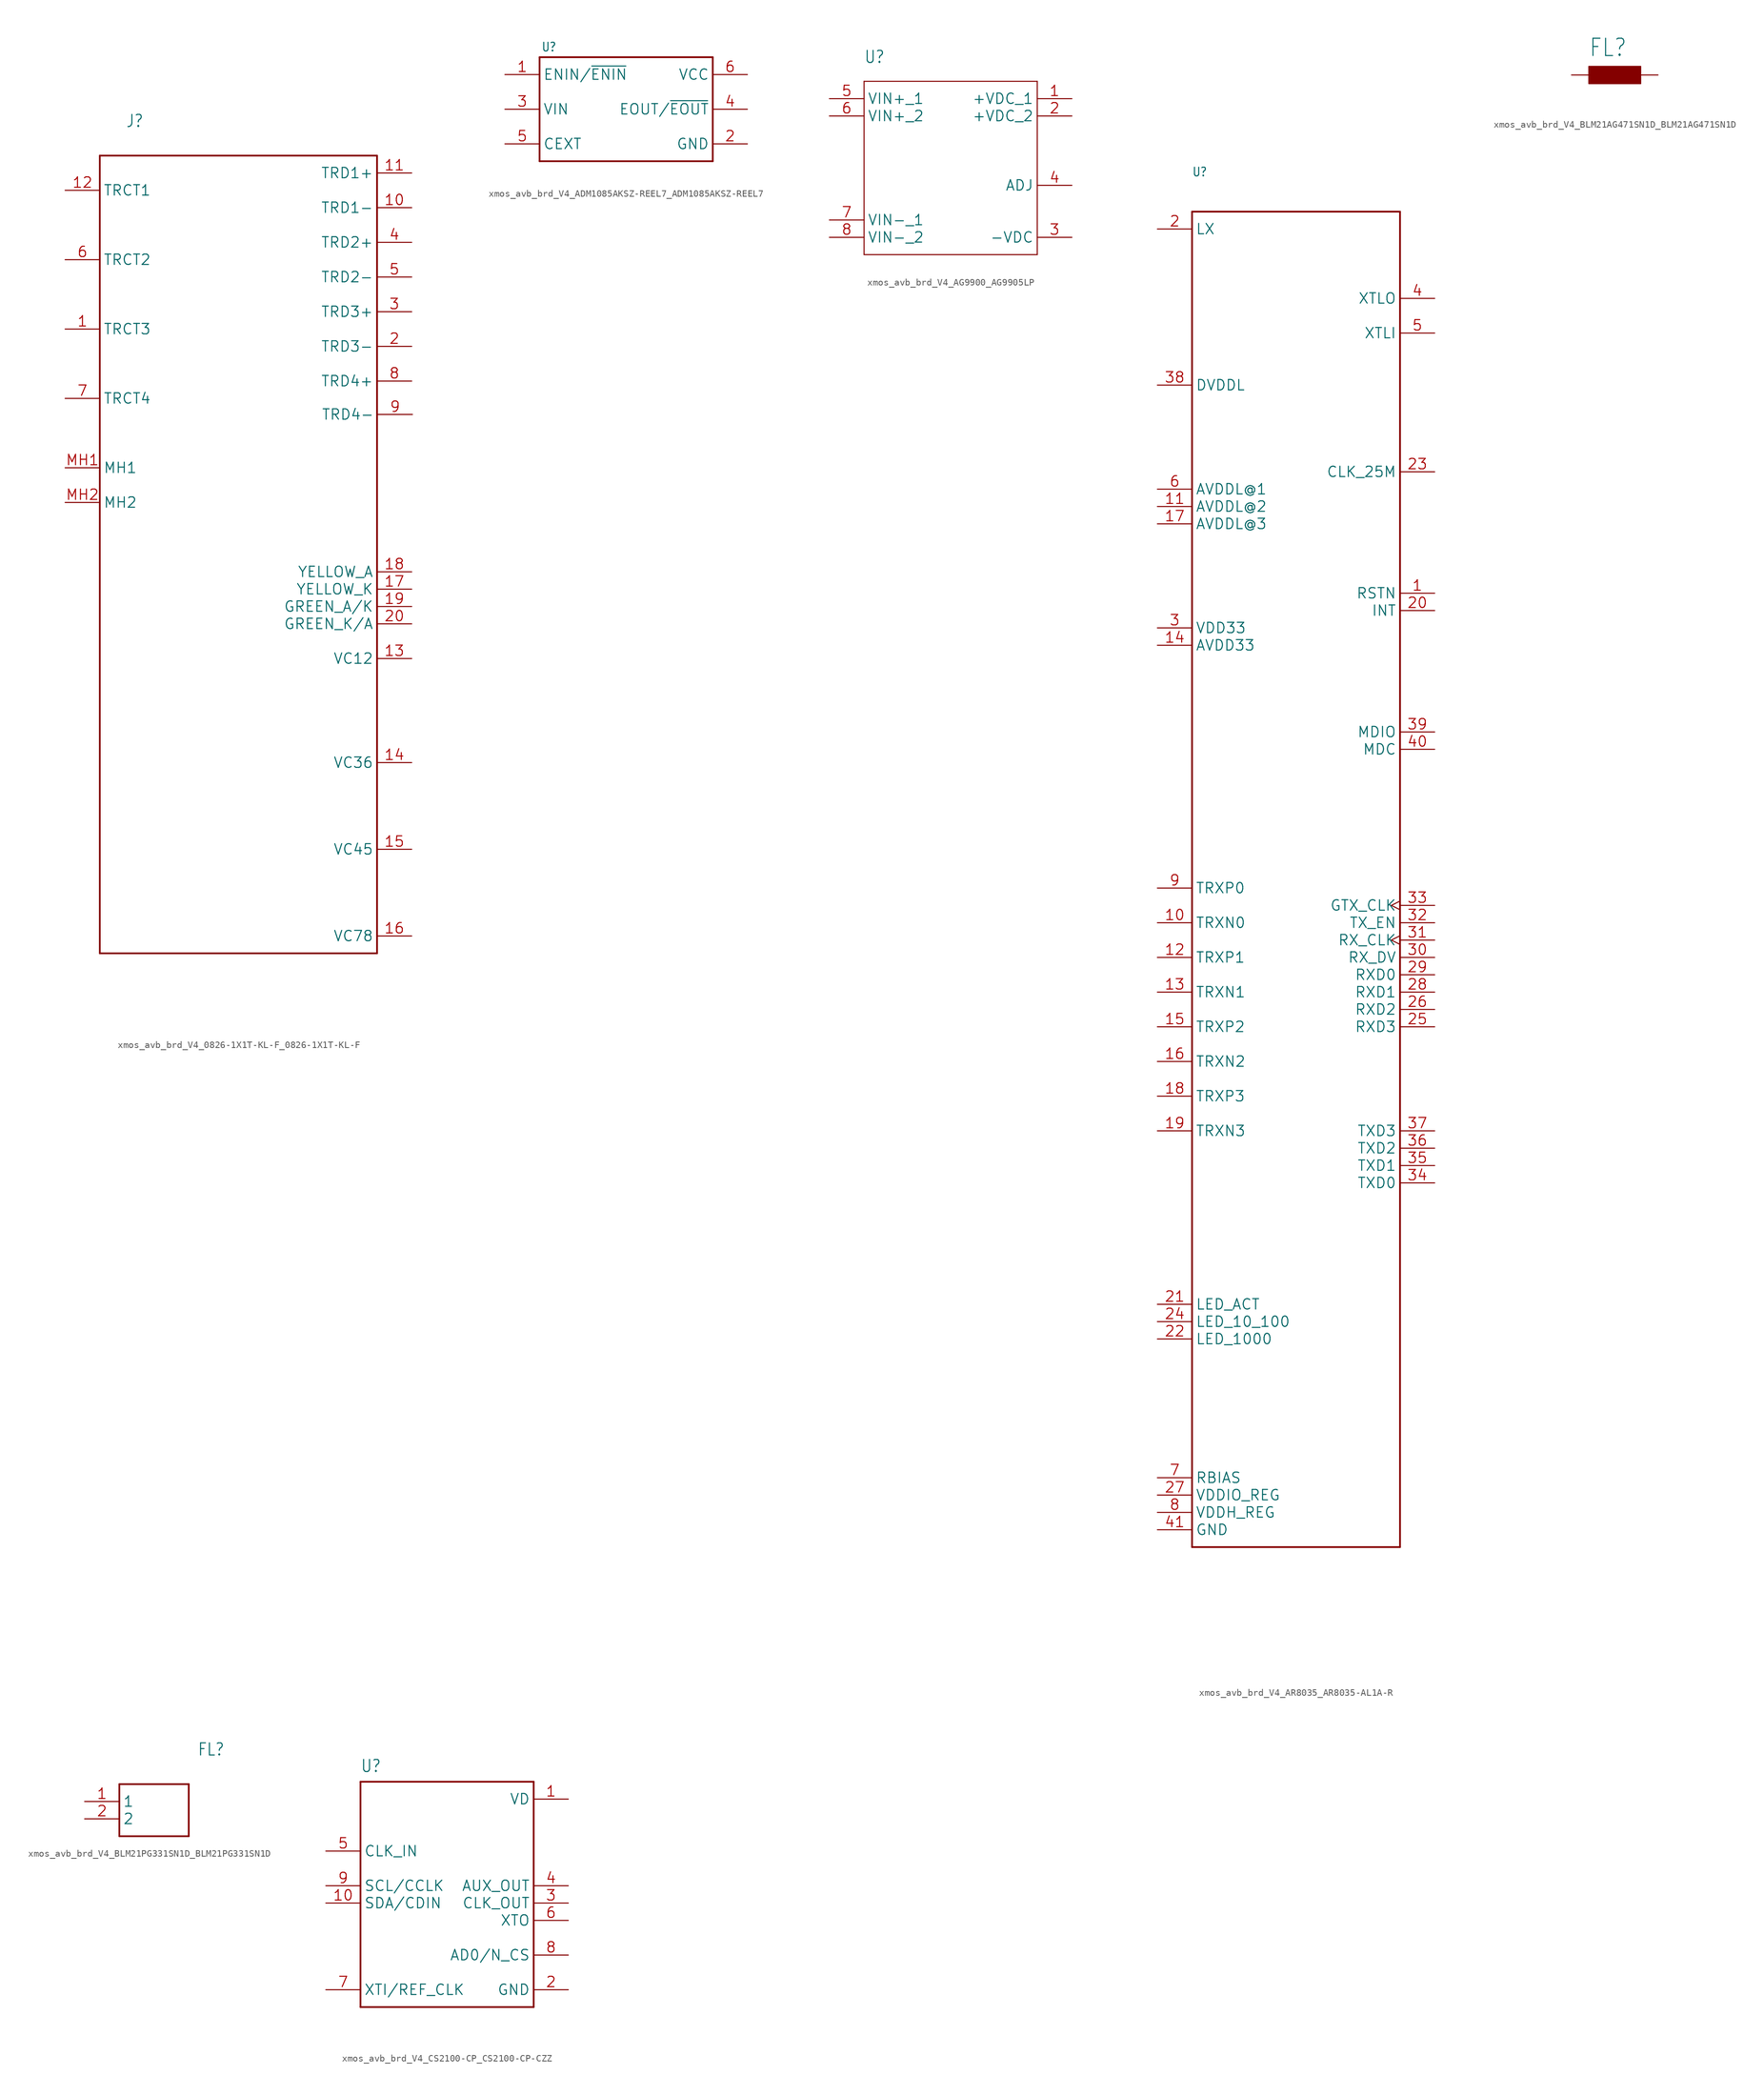
<source format=kicad_sym>
(kicad_symbol_lib
  (version 20241209)
  (generator "kicad_symbol_editor")
  (generator_version "9.0")
  (symbol "xmos_avb_brd_V4_0826-1X1T-KL-F_0826-1X1T-KL-F"
    (property "Reference" "J"
      (at -16.51 30.48 0)
      (effects (font (size 1.778 1.511)) (justify left)))
    (property "Value" ""
      (at -16.51 27.94 0)
      (effects (font (size 1.778 1.511)) (justify left)))
    (property "ki_locked" ""
      (at 0 0 0)
      (effects (font (size 1.27 1.27))))
    (symbol "xmos_avb_brd_V4_0826-1X1T-KL-F_0826-1X1T-KL-F_1_0"
      (polyline (pts (xy -20.32 25.4) (xy -20.32 -91.44)) (stroke (width 0.254) (type solid)) (fill (type none)))
      (polyline (pts (xy -20.32 25.4) (xy 20.32 25.4)) (stroke (width 0.254) (type solid)) (fill (type none)))
      (polyline (pts (xy 20.32 -91.44) (xy -20.32 -91.44)) (stroke (width 0.254) (type solid)) (fill (type none)))
      (polyline (pts (xy 20.32 -91.44) (xy 20.32 25.4)) (stroke (width 0.254) (type solid)) (fill (type none)))
      (pin bidirectional line (at -25.4 20.32 0) (length 5.08) (name "TRCT1" (effects (font (size 1.524 1.524)))) (number "12" (effects (font (size 1.524 1.524)))))
      (pin bidirectional line (at -25.4 10.16 0) (length 5.08) (name "TRCT2" (effects (font (size 1.524 1.524)))) (number "6" (effects (font (size 1.524 1.524)))))
      (pin bidirectional line (at -25.4 0 0) (length 5.08) (name "TRCT3" (effects (font (size 1.524 1.524)))) (number "1" (effects (font (size 1.524 1.524)))))
      (pin bidirectional line (at -25.4 -10.16 0) (length 5.08) (name "TRCT4" (effects (font (size 1.524 1.524)))) (number "7" (effects (font (size 1.524 1.524)))))
      (pin bidirectional line (at -25.4 -20.32 0) (length 5.08) (name "MH1" (effects (font (size 1.524 1.524)))) (number "MH1" (effects (font (size 1.524 1.524)))))
      (pin bidirectional line (at -25.4 -25.4 0) (length 5.08) (name "MH2" (effects (font (size 1.524 1.524)))) (number "MH2" (effects (font (size 1.524 1.524)))))
      (pin bidirectional line (at 25.4 22.86 180) (length 5.08) (name "TRD1+" (effects (font (size 1.524 1.524)))) (number "11" (effects (font (size 1.524 1.524)))))
      (pin bidirectional line (at 25.4 17.78 180) (length 5.08) (name "TRD1-" (effects (font (size 1.524 1.524)))) (number "10" (effects (font (size 1.524 1.524)))))
      (pin bidirectional line (at 25.4 12.7 180) (length 5.08) (name "TRD2+" (effects (font (size 1.524 1.524)))) (number "4" (effects (font (size 1.524 1.524)))))
      (pin bidirectional line (at 25.4 7.62 180) (length 5.08) (name "TRD2-" (effects (font (size 1.524 1.524)))) (number "5" (effects (font (size 1.524 1.524)))))
      (pin bidirectional line (at 25.4 2.54 180) (length 5.08) (name "TRD3+" (effects (font (size 1.524 1.524)))) (number "3" (effects (font (size 1.524 1.524)))))
      (pin bidirectional line (at 25.4 -2.54 180) (length 5.08) (name "TRD3-" (effects (font (size 1.524 1.524)))) (number "2" (effects (font (size 1.524 1.524)))))
      (pin bidirectional line (at 25.4 -7.62 180) (length 5.08) (name "TRD4+" (effects (font (size 1.524 1.524)))) (number "8" (effects (font (size 1.524 1.524)))))
      (pin bidirectional line (at 25.4 -35.56 180) (length 5.08) (name "YELLOW_A" (effects (font (size 1.524 1.524)))) (number "18" (effects (font (size 1.524 1.524)))))
      (pin bidirectional line (at 25.4 -38.1 180) (length 5.08) (name "YELLOW_K" (effects (font (size 1.524 1.524)))) (number "17" (effects (font (size 1.524 1.524)))))
      (pin bidirectional line (at 25.4 -40.64 180) (length 5.08) (name "GREEN_A/K" (effects (font (size 1.524 1.524)))) (number "19" (effects (font (size 1.524 1.524)))))
      (pin bidirectional line (at 25.4 -43.18 180) (length 5.08) (name "GREEN_K/A" (effects (font (size 1.524 1.524)))) (number "20" (effects (font (size 1.524 1.524)))))
      (pin bidirectional line (at 25.4 -48.26 180) (length 5.08) (name "VC12" (effects (font (size 1.524 1.524)))) (number "13" (effects (font (size 1.524 1.524)))))
      (pin bidirectional line (at 25.4 -63.5 180) (length 5.08) (name "VC36" (effects (font (size 1.524 1.524)))) (number "14" (effects (font (size 1.524 1.524)))))
      (pin bidirectional line (at 25.4 -76.2 180) (length 5.08) (name "VC45" (effects (font (size 1.524 1.524)))) (number "15" (effects (font (size 1.524 1.524)))))
      (pin bidirectional line (at 25.4 -88.9 180) (length 5.08) (name "VC78" (effects (font (size 1.524 1.524)))) (number "16" (effects (font (size 1.524 1.524)))))
      (pin bidirectional line (at 25.508 -12.508 180) (length 5.08) (name "TRD4-" (effects (font (size 1.524 1.524)))) (number "9" (effects (font (size 1.524 1.524)))))))
  (symbol "xmos_avb_brd_V4_ADM1085AKSZ-REEL7_ADM1085AKSZ-REEL7"
    (property "Reference" "U"
      (at -12.446 8.382 0)
      (effects (font (size 1.27 1.079)) (justify left bottom)))
    (property "Value" ""
      (at -11.938 -9.398 0)
      (effects (font (size 1.27 1.079)) (justify left bottom)))
    (property "ki_locked" ""
      (at 0 0 0)
      (effects (font (size 1.27 1.27))))
    (symbol "xmos_avb_brd_V4_ADM1085AKSZ-REEL7_ADM1085AKSZ-REEL7_1_0"
      (polyline (pts (xy -12.7 7.62) (xy -12.7 -7.62)) (stroke (width 0.254) (type solid)) (fill (type none)))
      (polyline (pts (xy -12.7 -7.62) (xy 12.7 -7.62)) (stroke (width 0.254) (type solid)) (fill (type none)))
      (polyline (pts (xy 12.7 7.62) (xy -12.7 7.62)) (stroke (width 0.254) (type solid)) (fill (type none)))
      (polyline (pts (xy 12.7 -7.62) (xy 12.7 7.62)) (stroke (width 0.254) (type solid)) (fill (type none)))
      (pin input line (at -17.78 5.08 0) (length 5.08) (name "ENIN/~{ENIN}" (effects (font (size 1.524 1.524)))) (number "1" (effects (font (size 1.524 1.524)))))
      (pin input line (at -17.78 0 0) (length 5.08) (name "VIN" (effects (font (size 1.524 1.524)))) (number "3" (effects (font (size 1.524 1.524)))))
      (pin passive line (at -17.78 -5.08 0) (length 5.08) (name "CEXT" (effects (font (size 1.524 1.524)))) (number "5" (effects (font (size 1.524 1.524)))))
      (pin power_in line (at 17.78 5.08 180) (length 5.08) (name "VCC" (effects (font (size 1.524 1.524)))) (number "6" (effects (font (size 1.524 1.524)))))
      (pin output line (at 17.78 0 180) (length 5.08) (name "EOUT/~{EOUT}" (effects (font (size 1.524 1.524)))) (number "4" (effects (font (size 1.524 1.524)))))
      (pin power_in line (at 17.78 -5.08 180) (length 5.08) (name "GND" (effects (font (size 1.524 1.524)))) (number "2" (effects (font (size 1.524 1.524)))))))
  (symbol "xmos_avb_brd_V4_AG9900_AG9905LP"
    (property "Reference" "U"
      (at -12.7 15.24 0)
      (effects (font (size 1.778 1.511)) (justify left bottom)))
    (property "Value" ""
      (at -12.7 12.7 0)
      (effects (font (size 1.778 1.511)) (justify left bottom)))
    (property "ki_locked" ""
      (at 0 0 0)
      (effects (font (size 1.27 1.27))))
    (symbol "xmos_avb_brd_V4_AG9900_AG9905LP_1_0"
      (polyline (pts (xy -12.7 12.7) (xy -12.7 -12.7)) (stroke (width 0.152) (type solid)) (fill (type none)))
      (polyline (pts (xy -12.7 -12.7) (xy 12.7 -12.7)) (stroke (width 0.152) (type solid)) (fill (type none)))
      (polyline (pts (xy 12.7 12.7) (xy -12.7 12.7)) (stroke (width 0.152) (type solid)) (fill (type none)))
      (polyline (pts (xy 12.7 -12.7) (xy 12.7 12.7)) (stroke (width 0.152) (type solid)) (fill (type none)))
      (pin bidirectional line (at -17.78 10.16 0) (length 5.08) (name "VIN+_1" (effects (font (size 1.524 1.524)))) (number "5" (effects (font (size 1.524 1.524)))))
      (pin bidirectional line (at -17.78 7.62 0) (length 5.08) (name "VIN+_2" (effects (font (size 1.524 1.524)))) (number "6" (effects (font (size 1.524 1.524)))))
      (pin bidirectional line (at -17.78 -7.62 0) (length 5.08) (name "VIN-_1" (effects (font (size 1.524 1.524)))) (number "7" (effects (font (size 1.524 1.524)))))
      (pin bidirectional line (at -17.78 -10.16 0) (length 5.08) (name "VIN-_2" (effects (font (size 1.524 1.524)))) (number "8" (effects (font (size 1.524 1.524)))))
      (pin bidirectional line (at 17.78 10.16 180) (length 5.08) (name "+VDC_1" (effects (font (size 1.524 1.524)))) (number "1" (effects (font (size 1.524 1.524)))))
      (pin bidirectional line (at 17.78 7.62 180) (length 5.08) (name "+VDC_2" (effects (font (size 1.524 1.524)))) (number "2" (effects (font (size 1.524 1.524)))))
      (pin bidirectional line (at 17.78 -2.54 180) (length 5.08) (name "ADJ" (effects (font (size 1.524 1.524)))) (number "4" (effects (font (size 1.524 1.524)))))
      (pin bidirectional line (at 17.78 -10.16 180) (length 5.08) (name "-VDC" (effects (font (size 1.524 1.524)))) (number "3" (effects (font (size 1.524 1.524)))))))
  (symbol "xmos_avb_brd_V4_AR8035_AR8035-AL1A-R"
    (property "Reference" "U"
      (at -15.24 104.14 0)
      (effects (font (size 1.27 1.08)) (justify left bottom)))
    (property "Value" ""
      (at -15.24 101.6 0)
      (effects (font (size 1.271 1.08)) (justify left bottom)))
    (property "ki_locked" ""
      (at 0 0 0)
      (effects (font (size 1.27 1.27))))
    (symbol "xmos_avb_brd_V4_AR8035_AR8035-AL1A-R_1_0"
      (polyline (pts (xy -15.24 99.06) (xy -15.24 -96.52)) (stroke (width 0.254) (type solid)) (fill (type none)))
      (polyline (pts (xy -15.24 -96.52) (xy 15.24 -96.52)) (stroke (width 0.254) (type solid)) (fill (type none)))
      (polyline (pts (xy 15.24 99.06) (xy -15.24 99.06)) (stroke (width 0.254) (type solid)) (fill (type none)))
      (polyline (pts (xy 15.24 -96.52) (xy 15.24 99.06)) (stroke (width 0.254) (type solid)) (fill (type none)))
      (pin output line (at -20.32 96.52 0) (length 5.08) (name "LX" (effects (font (size 1.524 1.524)))) (number "2" (effects (font (size 1.524 1.524)))))
      (pin power_in line (at -20.32 73.66 0) (length 5.08) (name "DVDDL" (effects (font (size 1.524 1.524)))) (number "38" (effects (font (size 1.524 1.524)))))
      (pin power_in line (at -20.32 58.42 0) (length 5.08) (name "AVDDL@1" (effects (font (size 1.524 1.524)))) (number "6" (effects (font (size 1.524 1.524)))))
      (pin power_in line (at -20.32 55.88 0) (length 5.08) (name "AVDDL@2" (effects (font (size 1.524 1.524)))) (number "11" (effects (font (size 1.524 1.524)))))
      (pin power_in line (at -20.32 53.34 0) (length 5.08) (name "AVDDL@3" (effects (font (size 1.524 1.524)))) (number "17" (effects (font (size 1.524 1.524)))))
      (pin power_in line (at -20.32 38.1 0) (length 5.08) (name "VDD33" (effects (font (size 1.524 1.524)))) (number "3" (effects (font (size 1.524 1.524)))))
      (pin power_in line (at -20.32 35.56 0) (length 5.08) (name "AVDD33" (effects (font (size 1.524 1.524)))) (number "14" (effects (font (size 1.524 1.524)))))
      (pin input line (at -20.32 0 0) (length 5.08) (name "TRXP0" (effects (font (size 1.524 1.524)))) (number "9" (effects (font (size 1.524 1.524)))))
      (pin output line (at -20.32 -5.08 0) (length 5.08) (name "TRXN0" (effects (font (size 1.524 1.524)))) (number "10" (effects (font (size 1.524 1.524)))))
      (pin input line (at -20.32 -10.16 0) (length 5.08) (name "TRXP1" (effects (font (size 1.524 1.524)))) (number "12" (effects (font (size 1.524 1.524)))))
      (pin output line (at -20.32 -15.24 0) (length 5.08) (name "TRXN1" (effects (font (size 1.524 1.524)))) (number "13" (effects (font (size 1.524 1.524)))))
      (pin input line (at -20.32 -20.32 0) (length 5.08) (name "TRXP2" (effects (font (size 1.524 1.524)))) (number "15" (effects (font (size 1.524 1.524)))))
      (pin output line (at -20.32 -25.4 0) (length 5.08) (name "TRXN2" (effects (font (size 1.524 1.524)))) (number "16" (effects (font (size 1.524 1.524)))))
      (pin input line (at -20.32 -30.48 0) (length 5.08) (name "TRXP3" (effects (font (size 1.524 1.524)))) (number "18" (effects (font (size 1.524 1.524)))))
      (pin output line (at -20.32 -35.56 0) (length 5.08) (name "TRXN3" (effects (font (size 1.524 1.524)))) (number "19" (effects (font (size 1.524 1.524)))))
      (pin bidirectional line (at -20.32 -60.96 0) (length 5.08) (name "LED_ACT" (effects (font (size 1.524 1.524)))) (number "21" (effects (font (size 1.524 1.524)))))
      (pin bidirectional line (at -20.32 -63.5 0) (length 5.08) (name "LED_10_100" (effects (font (size 1.524 1.524)))) (number "24" (effects (font (size 1.524 1.524)))))
      (pin bidirectional line (at -20.32 -66.04 0) (length 5.08) (name "LED_1000" (effects (font (size 1.524 1.524)))) (number "22" (effects (font (size 1.524 1.524)))))
      (pin output line (at -20.32 -86.36 0) (length 5.08) (name "RBIAS" (effects (font (size 1.524 1.524)))) (number "7" (effects (font (size 1.524 1.524)))))
      (pin output line (at -20.32 -88.9 0) (length 5.08) (name "VDDIO_REG" (effects (font (size 1.524 1.524)))) (number "27" (effects (font (size 1.524 1.524)))))
      (pin output line (at -20.32 -91.44 0) (length 5.08) (name "VDDH_REG" (effects (font (size 1.524 1.524)))) (number "8" (effects (font (size 1.524 1.524)))))
      (pin power_in line (at -20.32 -93.98 0) (length 5.08) (name "GND" (effects (font (size 1.524 1.524)))) (number "41" (effects (font (size 1.524 1.524)))))
      (pin output line (at 20.32 86.36 180) (length 5.08) (name "XTLO" (effects (font (size 1.524 1.524)))) (number "4" (effects (font (size 1.524 1.524)))))
      (pin input line (at 20.32 81.28 180) (length 5.08) (name "XTLI" (effects (font (size 1.524 1.524)))) (number "5" (effects (font (size 1.524 1.524)))))
      (pin output line (at 20.32 60.96 180) (length 5.08) (name "CLK_25M" (effects (font (size 1.524 1.524)))) (number "23" (effects (font (size 1.524 1.524)))))
      (pin input line (at 20.32 43.18 180) (length 5.08) (name "RSTN" (effects (font (size 1.524 1.524)))) (number "1" (effects (font (size 1.524 1.524)))))
      (pin bidirectional line (at 20.32 40.64 180) (length 5.08) (name "INT" (effects (font (size 1.524 1.524)))) (number "20" (effects (font (size 1.524 1.524)))))
      (pin bidirectional line (at 20.32 22.86 180) (length 5.08) (name "MDIO" (effects (font (size 1.524 1.524)))) (number "39" (effects (font (size 1.524 1.524)))))
      (pin input line (at 20.32 20.32 180) (length 5.08) (name "MDC" (effects (font (size 1.524 1.524)))) (number "40" (effects (font (size 1.524 1.524)))))
      (pin input clock (at 20.32 -2.54 180) (length 5.08) (name "GTX_CLK" (effects (font (size 1.524 1.524)))) (number "33" (effects (font (size 1.524 1.524)))))
      (pin input line (at 20.32 -5.08 180) (length 5.08) (name "TX_EN" (effects (font (size 1.524 1.524)))) (number "32" (effects (font (size 1.524 1.524)))))
      (pin bidirectional clock (at 20.32 -7.62 180) (length 5.08) (name "RX_CLK" (effects (font (size 1.524 1.524)))) (number "31" (effects (font (size 1.524 1.524)))))
      (pin bidirectional line (at 20.32 -10.16 180) (length 5.08) (name "RX_DV" (effects (font (size 1.524 1.524)))) (number "30" (effects (font (size 1.524 1.524)))))
      (pin bidirectional line (at 20.32 -12.7 180) (length 5.08) (name "RXD0" (effects (font (size 1.524 1.524)))) (number "29" (effects (font (size 1.524 1.524)))))
      (pin bidirectional line (at 20.32 -15.24 180) (length 5.08) (name "RXD1" (effects (font (size 1.524 1.524)))) (number "28" (effects (font (size 1.524 1.524)))))
      (pin bidirectional line (at 20.32 -17.78 180) (length 5.08) (name "RXD2" (effects (font (size 1.524 1.524)))) (number "26" (effects (font (size 1.524 1.524)))))
      (pin bidirectional line (at 20.32 -20.32 180) (length 5.08) (name "RXD3" (effects (font (size 1.524 1.524)))) (number "25" (effects (font (size 1.524 1.524)))))
      (pin input line (at 20.32 -35.56 180) (length 5.08) (name "TXD3" (effects (font (size 1.524 1.524)))) (number "37" (effects (font (size 1.524 1.524)))))
      (pin input line (at 20.32 -38.1 180) (length 5.08) (name "TXD2" (effects (font (size 1.524 1.524)))) (number "36" (effects (font (size 1.524 1.524)))))
      (pin input line (at 20.32 -40.64 180) (length 5.08) (name "TXD1" (effects (font (size 1.524 1.524)))) (number "35" (effects (font (size 1.524 1.524)))))
      (pin input line (at 20.32 -43.18 180) (length 5.08) (name "TXD0" (effects (font (size 1.524 1.524)))) (number "34" (effects (font (size 1.524 1.524)))))))
  (symbol "xmos_avb_brd_V4_BLM21AG471SN1D_BLM21AG471SN1D"
    (property "Reference" "FL"
      (at -3.814 2.541 0)
      (effects (font (size 2.541 2.16)) (justify left bottom)))
    (property "Value" ""
      (at -3.82 -5.087 0)
      (effects (font (size 2.543 2.162)) (justify left bottom)))
    (property "ki_locked" ""
      (at 0 0 0)
      (effects (font (size 1.27 1.27))))
    (symbol "xmos_avb_brd_V4_BLM21AG471SN1D_BLM21AG471SN1D_1_0"
      (rectangle (start -3.81 -1.27) (end 3.81 1.27) (stroke (width 0) (type default)) (fill (type outline)))
      (pin passive line (at -6.35 0 0) (length 2.54) (name "1" (effects (font (size 0 0)))) (number "1" (effects (font (size 0 0)))))
      (pin passive line (at 6.35 0 180) (length 2.54) (name "2" (effects (font (size 0 0)))) (number "2" (effects (font (size 0 0)))))))
  (symbol "xmos_avb_brd_V4_BLM21PG331SN1D_BLM21PG331SN1D"
    (property "Reference" "FL"
      (at 16.51 7.62 0)
      (effects (font (size 1.778 1.511)) (justify left)))
    (property "Value" ""
      (at 16.51 5.08 0)
      (effects (font (size 1.778 1.511)) (justify left)))
    (property "ki_locked" ""
      (at 0 0 0)
      (effects (font (size 1.27 1.27))))
    (symbol "xmos_avb_brd_V4_BLM21PG331SN1D_BLM21PG331SN1D_1_0"
      (polyline (pts (xy 5.08 2.54) (xy 5.08 -5.08)) (stroke (width 0.254) (type solid)) (fill (type none)))
      (polyline (pts (xy 5.08 2.54) (xy 15.24 2.54)) (stroke (width 0.254) (type solid)) (fill (type none)))
      (polyline (pts (xy 15.24 -5.08) (xy 5.08 -5.08)) (stroke (width 0.254) (type solid)) (fill (type none)))
      (polyline (pts (xy 15.24 -5.08) (xy 15.24 2.54)) (stroke (width 0.254) (type solid)) (fill (type none)))
      (pin bidirectional line (at 0 0 0) (length 5.08) (name "1" (effects (font (size 1.524 1.524)))) (number "1" (effects (font (size 1.524 1.524)))))
      (pin bidirectional line (at 0 -2.54 0) (length 5.08) (name "2" (effects (font (size 1.524 1.524)))) (number "2" (effects (font (size 1.524 1.524)))))))
  (symbol "xmos_avb_brd_V4_CS2100-CP_CS2100-CP-CZZ"
    (property "Reference" "U"
      (at -12.7 21.59 0)
      (effects (font (size 1.778 1.511)) (justify left bottom)))
    (property "Value" ""
      (at -12.7 -15.24 0)
      (effects (font (size 1.778 1.511)) (justify left bottom)))
    (property "ki_locked" ""
      (at 0 0 0)
      (effects (font (size 1.27 1.27))))
    (symbol "xmos_avb_brd_V4_CS2100-CP_CS2100-CP-CZZ_1_0"
      (polyline (pts (xy -12.7 20.32) (xy 12.7 20.32)) (stroke (width 0.254) (type solid)) (fill (type none)))
      (polyline (pts (xy -12.7 -12.7) (xy -12.7 20.32)) (stroke (width 0.254) (type solid)) (fill (type none)))
      (polyline (pts (xy 12.7 20.32) (xy 12.7 -12.7)) (stroke (width 0.254) (type solid)) (fill (type none)))
      (polyline (pts (xy 12.7 -12.7) (xy -12.7 -12.7)) (stroke (width 0.254) (type solid)) (fill (type none)))
      (pin bidirectional line (at -17.78 10.16 0) (length 5.08) (name "CLK_IN" (effects (font (size 1.524 1.524)))) (number "5" (effects (font (size 1.524 1.524)))))
      (pin bidirectional line (at -17.78 5.08 0) (length 5.08) (name "SCL/CCLK" (effects (font (size 1.524 1.524)))) (number "9" (effects (font (size 1.524 1.524)))))
      (pin bidirectional line (at -17.78 2.54 0) (length 5.08) (name "SDA/CDIN" (effects (font (size 1.524 1.524)))) (number "10" (effects (font (size 1.524 1.524)))))
      (pin bidirectional line (at -17.78 -10.16 0) (length 5.08) (name "XTI/REF_CLK" (effects (font (size 1.524 1.524)))) (number "7" (effects (font (size 1.524 1.524)))))
      (pin bidirectional line (at 17.78 17.78 180) (length 5.08) (name "VD" (effects (font (size 1.524 1.524)))) (number "1" (effects (font (size 1.524 1.524)))))
      (pin bidirectional line (at 17.78 5.08 180) (length 5.08) (name "AUX_OUT" (effects (font (size 1.524 1.524)))) (number "4" (effects (font (size 1.524 1.524)))))
      (pin bidirectional line (at 17.78 2.54 180) (length 5.08) (name "CLK_OUT" (effects (font (size 1.524 1.524)))) (number "3" (effects (font (size 1.524 1.524)))))
      (pin bidirectional line (at 17.78 0 180) (length 5.08) (name "XTO" (effects (font (size 1.524 1.524)))) (number "6" (effects (font (size 1.524 1.524)))))
      (pin bidirectional line (at 17.78 -5.08 180) (length 5.08) (name "AD0/N_CS" (effects (font (size 1.524 1.524)))) (number "8" (effects (font (size 1.524 1.524)))))
      (pin bidirectional line (at 17.78 -10.16 180) (length 5.08) (name "GND" (effects (font (size 1.524 1.524)))) (number "2" (effects (font (size 1.524 1.524))))))))
</source>
